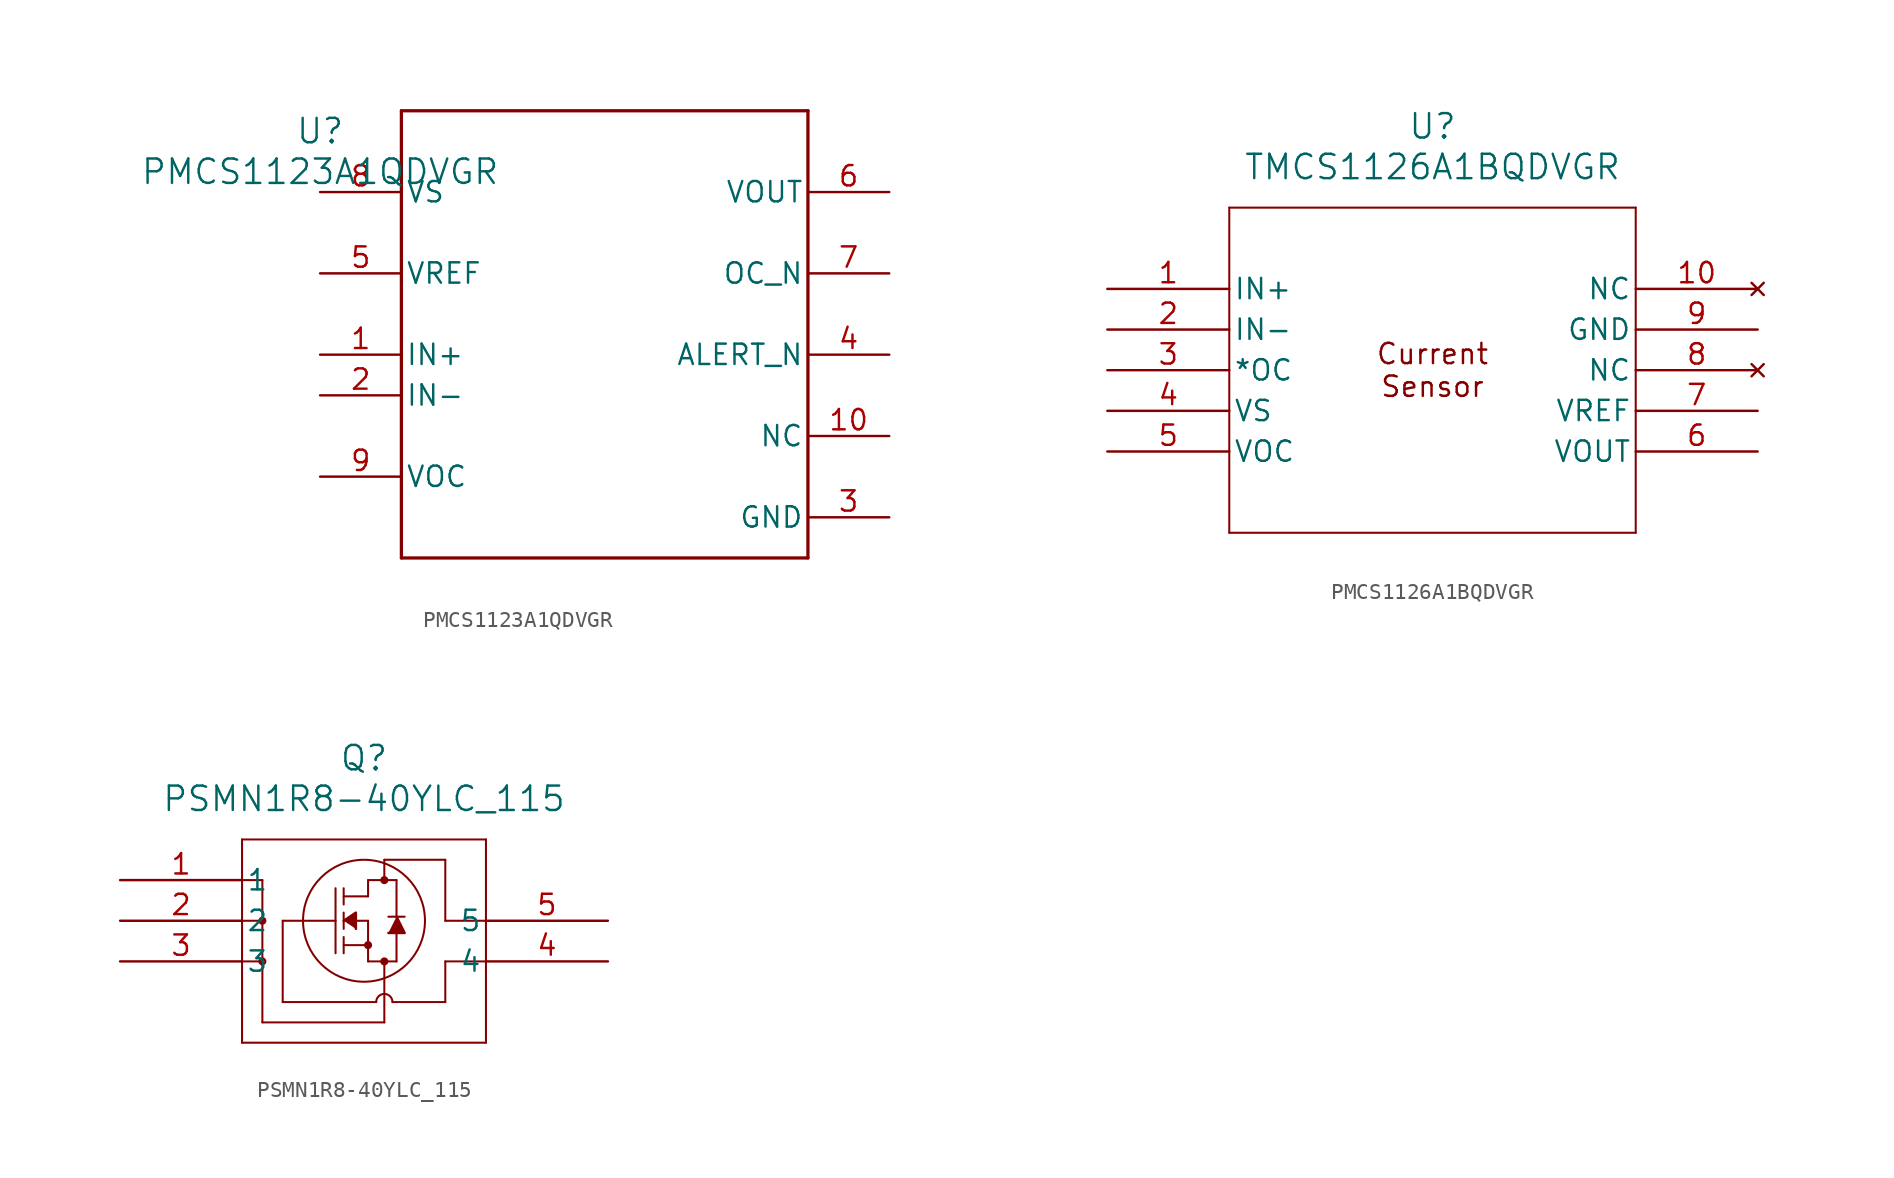
<source format=kicad_sym>
(kicad_symbol_lib
  (version 20241209)
  (generator "kicad_symbol_editor")
  (generator_version "9.0")
  (symbol "PMCS1123A1QDVGR"
    (pin_names
      (offset 0.254))
    (property "Reference" "U"
      (at 0 2.54 0)
      (effects (font (size 1.524 1.524))))
    (property "Value" "PMCS1123A1QDVGR"
      (at 0 0 0)
      (effects (font (size 1.524 1.524))))
    (property "ki_locked" ""
      (at 0 0 0)
      (effects (font (size 1.27 1.27))))
    (symbol "PMCS1123A1QDVGR_0_1"
      (polyline (pts (xy 5.08 3.81) (xy 5.08 -24.13)) (stroke (width 0.203) (type default)) (fill (type none)))
      (polyline (pts (xy 5.08 -24.13) (xy 30.48 -24.13)) (stroke (width 0.203) (type default)) (fill (type none)))
      (polyline (pts (xy 30.48 3.81) (xy 5.08 3.81)) (stroke (width 0.203) (type default)) (fill (type none)))
      (polyline (pts (xy 30.48 -24.13) (xy 30.48 3.81)) (stroke (width 0.203) (type default)) (fill (type none)))
      (pin power_in line (at 0 -1.27 0) (length 5.08) (name "VS" (effects (font (size 1.27 1.27)))) (number "8" (effects (font (size 1.27 1.27)))))
      (pin unspecified line (at 0 -6.35 0) (length 5.08) (name "VREF" (effects (font (size 1.27 1.27)))) (number "5" (effects (font (size 1.27 1.27)))))
      (pin unspecified line (at 0 -11.43 0) (length 5.08) (name "IN+" (effects (font (size 1.27 1.27)))) (number "1" (effects (font (size 1.27 1.27)))))
      (pin unspecified line (at 0 -13.97 0) (length 5.08) (name "IN-" (effects (font (size 1.27 1.27)))) (number "2" (effects (font (size 1.27 1.27)))))
      (pin unspecified line (at 0 -19.05 0) (length 5.08) (name "VOC" (effects (font (size 1.27 1.27)))) (number "9" (effects (font (size 1.27 1.27)))))
      (pin unspecified line (at 35.56 -1.27 180) (length 5.08) (name "VOUT" (effects (font (size 1.27 1.27)))) (number "6" (effects (font (size 1.27 1.27)))))
      (pin open_collector line (at 35.56 -6.35 180) (length 5.08) (name "OC_N" (effects (font (size 1.27 1.27)))) (number "7" (effects (font (size 1.27 1.27)))))
      (pin open_collector line (at 35.56 -11.43 180) (length 5.08) (name "ALERT_N" (effects (font (size 1.27 1.27)))) (number "4" (effects (font (size 1.27 1.27)))))
      (pin unspecified line (at 35.56 -16.51 180) (length 5.08) (name "NC" (effects (font (size 1.27 1.27)))) (number "10" (effects (font (size 1.27 1.27)))))
      (pin power_in line (at 35.56 -21.59 180) (length 5.08) (name "GND" (effects (font (size 1.27 1.27)))) (number "3" (effects (font (size 1.27 1.27)))))))
  (symbol "PMCS1126A1BQDVGR"
    (pin_names
      (offset 0.254))
    (property "Reference" "U"
      (at 20.32 10.16 0)
      (effects (font (size 1.524 1.524))))
    (property "Value" "TMCS1126A1BQDVGR"
      (at 20.32 7.62 0)
      (effects (font (size 1.524 1.524))))
    (property "ki_locked" ""
      (at 0 0 0)
      (effects (font (size 1.27 1.27))))
    (symbol "PMCS1126A1BQDVGR_0_1"
      (polyline (pts (xy 7.62 5.08) (xy 7.62 -15.24)) (stroke (width 0.127) (type default)) (fill (type none)))
      (polyline (pts (xy 7.62 -15.24) (xy 33.02 -15.24)) (stroke (width 0.127) (type default)) (fill (type none)))
      (polyline (pts (xy 33.02 5.08) (xy 7.62 5.08)) (stroke (width 0.127) (type default)) (fill (type none)))
      (polyline (pts (xy 33.02 -15.24) (xy 33.02 5.08)) (stroke (width 0.127) (type default)) (fill (type none)))
      (pin input line (at 0 0 0) (length 7.62) (name "IN+" (effects (font (size 1.27 1.27)))) (number "1" (effects (font (size 1.27 1.27)))))
      (pin input line (at 0 -2.54 0) (length 7.62) (name "IN-" (effects (font (size 1.27 1.27)))) (number "2" (effects (font (size 1.27 1.27)))))
      (pin output line (at 0 -5.08 0) (length 7.62) (name "*OC" (effects (font (size 1.27 1.27)))) (number "3" (effects (font (size 1.27 1.27)))))
      (pin power_in line (at 0 -7.62 0) (length 7.62) (name "VS" (effects (font (size 1.27 1.27)))) (number "4" (effects (font (size 1.27 1.27)))))
      (pin input line (at 0 -10.16 0) (length 7.62) (name "VOC" (effects (font (size 1.27 1.27)))) (number "5" (effects (font (size 1.27 1.27)))))
      (pin no_connect line (at 40.64 0 180) (length 7.62) (name "NC" (effects (font (size 1.27 1.27)))) (number "10" (effects (font (size 1.27 1.27)))))
      (pin power_out line (at 40.64 -2.54 180) (length 7.62) (name "GND" (effects (font (size 1.27 1.27)))) (number "9" (effects (font (size 1.27 1.27)))))
      (pin no_connect line (at 40.64 -5.08 180) (length 7.62) (name "NC" (effects (font (size 1.27 1.27)))) (number "8" (effects (font (size 1.27 1.27)))))
      (pin output line (at 40.64 -7.62 180) (length 7.62) (name "VREF" (effects (font (size 1.27 1.27)))) (number "7" (effects (font (size 1.27 1.27)))))
      (pin output line (at 40.64 -10.16 180) (length 7.62) (name "VOUT" (effects (font (size 1.27 1.27)))) (number "6" (effects (font (size 1.27 1.27))))))
    (symbol "PMCS1126A1BQDVGR_1_1"
      (text "Current\nSensor" (at 20.32 -5.08 0) (effects (font (size 1.27 1.27))))))
  (symbol "PSMN1R8-40YLC_115"
    (pin_names
      (offset 0.254))
    (property "Reference" "Q"
      (at 15.24 7.62 0)
      (effects (font (size 1.524 1.524))))
    (property "Value" "PSMN1R8-40YLC_115"
      (at 15.24 5.08 0)
      (effects (font (size 1.524 1.524))))
    (property "ki_locked" ""
      (at 0 0 0)
      (effects (font (size 1.27 1.27))))
    (symbol "PSMN1R8-40YLC_115_0_1"
      (polyline (pts (xy 7.62 2.54) (xy 7.62 -10.16)) (stroke (width 0.127) (type default)) (fill (type none)))
      (polyline (pts (xy 7.62 0) (xy 8.89 0)) (stroke (width 0.127) (type default)) (fill (type none)))
      (polyline (pts (xy 7.62 -2.54) (xy 8.89 -2.54)) (stroke (width 0.127) (type default)) (fill (type none)))
      (polyline (pts (xy 7.62 -5.08) (xy 8.89 -5.08)) (stroke (width 0.127) (type default)) (fill (type none)))
      (polyline (pts (xy 7.62 -10.16) (xy 22.86 -10.16)) (stroke (width 0.127) (type default)) (fill (type none)))
      (polyline (pts (xy 8.89 0) (xy 8.89 -8.89)) (stroke (width 0.127) (type default)) (fill (type none)))
      (circle (center 8.89 -2.54) (radius 0.127) (stroke (width 0.254) (type default)) (fill (type none)))
      (circle (center 8.89 -5.08) (radius 0.127) (stroke (width 0.254) (type default)) (fill (type none)))
      (polyline (pts (xy 8.89 -8.89) (xy 16.51 -8.89)) (stroke (width 0.127) (type default)) (fill (type none)))
      (polyline (pts (xy 10.16 -7.62) (xy 10.16 -2.54)) (stroke (width 0.127) (type default)) (fill (type none)))
      (polyline (pts (xy 13.462 -0.508) (xy 13.462 -4.572)) (stroke (width 0.127) (type default)) (fill (type none)))
      (polyline (pts (xy 13.462 -2.54) (xy 10.16 -2.54)) (stroke (width 0.127) (type default)) (fill (type none)))
      (polyline (pts (xy 13.97 -0.508) (xy 13.97 -1.524)) (stroke (width 0.127) (type default)) (fill (type none)))
      (polyline (pts (xy 13.97 -1.016) (xy 15.494 -1.016)) (stroke (width 0.127) (type default)) (fill (type none)))
      (polyline (pts (xy 13.97 -2.032) (xy 13.97 -3.048)) (stroke (width 0.127) (type default)) (fill (type none)))
      (polyline (pts (xy 13.97 -2.54) (xy 14.732 -2.032) (xy 14.732 -3.048)) (stroke (width 0) (type default)) (fill (type outline)))
      (polyline (pts (xy 13.97 -3.556) (xy 13.97 -4.572)) (stroke (width 0.127) (type default)) (fill (type none)))
      (polyline (pts (xy 13.97 -4.064) (xy 15.494 -4.064)) (stroke (width 0.127) (type default)) (fill (type none)))
      (circle (center 15.24 -2.54) (radius 3.81) (stroke (width 0.127) (type default)) (fill (type none)))
      (polyline (pts (xy 15.494 0) (xy 15.494 -1.016)) (stroke (width 0.127) (type default)) (fill (type none)))
      (polyline (pts (xy 15.494 0) (xy 17.272 0)) (stroke (width 0.127) (type default)) (fill (type none)))
      (polyline (pts (xy 15.494 -2.54) (xy 14.732 -2.54)) (stroke (width 0.127) (type default)) (fill (type none)))
      (polyline (pts (xy 15.494 -2.54) (xy 15.494 -5.08)) (stroke (width 0.127) (type default)) (fill (type none)))
      (circle (center 15.494 -4.064) (radius 0.127) (stroke (width 0.254) (type default)) (fill (type none)))
      (polyline (pts (xy 15.494 -5.08) (xy 17.272 -5.08)) (stroke (width 0.127) (type default)) (fill (type none)))
      (polyline (pts (xy 16.002 -7.62) (xy 10.16 -7.62)) (stroke (width 0.127) (type default)) (fill (type none)))
      (polyline (pts (xy 16.51 1.27) (xy 16.51 0)) (stroke (width 0.127) (type default)) (fill (type none)))
      (polyline (pts (xy 16.51 1.27) (xy 20.32 1.27)) (stroke (width 0.127) (type default)) (fill (type none)))
      (circle (center 16.51 0) (radius 0.127) (stroke (width 0.254) (type default)) (fill (type none)))
      (circle (center 16.51 -5.08) (radius 0.127) (stroke (width 0.254) (type default)) (fill (type none)))
      (arc (start 16.002 -7.62) (mid 16.51 -7.1142) (end 17.018 -7.62) (stroke (width 0.127) (type default)) (fill (type none)))
      (polyline (pts (xy 16.51 -8.89) (xy 16.51 -5.08)) (stroke (width 0.127) (type default)) (fill (type none)))
      (polyline (pts (xy 17.018 -7.62) (xy 20.32 -7.62)) (stroke (width 0.127) (type default)) (fill (type none)))
      (polyline (pts (xy 17.272 0) (xy 17.272 -2.286)) (stroke (width 0.127) (type default)) (fill (type none)))
      (polyline (pts (xy 17.272 -2.286) (xy 17.78 -3.302) (xy 16.764 -3.302)) (stroke (width 0) (type default)) (fill (type outline)))
      (polyline (pts (xy 17.272 -5.08) (xy 17.272 -3.302)) (stroke (width 0.127) (type default)) (fill (type none)))
      (polyline (pts (xy 17.78 -2.286) (xy 16.764 -2.286)) (stroke (width 0.127) (type default)) (fill (type none)))
      (polyline (pts (xy 20.32 1.27) (xy 20.32 -2.54)) (stroke (width 0.127) (type default)) (fill (type none)))
      (polyline (pts (xy 20.32 -5.08) (xy 20.32 -7.62)) (stroke (width 0.127) (type default)) (fill (type none)))
      (polyline (pts (xy 22.86 2.54) (xy 7.62 2.54)) (stroke (width 0.127) (type default)) (fill (type none)))
      (polyline (pts (xy 22.86 -2.54) (xy 20.32 -2.54)) (stroke (width 0.127) (type default)) (fill (type none)))
      (polyline (pts (xy 22.86 -5.08) (xy 20.32 -5.08)) (stroke (width 0.127) (type default)) (fill (type none)))
      (polyline (pts (xy 22.86 -10.16) (xy 22.86 2.54)) (stroke (width 0.127) (type default)) (fill (type none)))
      (pin unspecified line (at 0 0 0) (length 7.62) (name "1" (effects (font (size 1.27 1.27)))) (number "1" (effects (font (size 1.27 1.27)))))
      (pin unspecified line (at 0 -2.54 0) (length 7.62) (name "2" (effects (font (size 1.27 1.27)))) (number "2" (effects (font (size 1.27 1.27)))))
      (pin unspecified line (at 0 -5.08 0) (length 7.62) (name "3" (effects (font (size 1.27 1.27)))) (number "3" (effects (font (size 1.27 1.27)))))
      (pin unspecified line (at 30.48 -2.54 180) (length 7.62) (name "5" (effects (font (size 1.27 1.27)))) (number "5" (effects (font (size 1.27 1.27)))))
      (pin unspecified line (at 30.48 -5.08 180) (length 7.62) (name "4" (effects (font (size 1.27 1.27)))) (number "4" (effects (font (size 1.27 1.27))))))))
</source>
